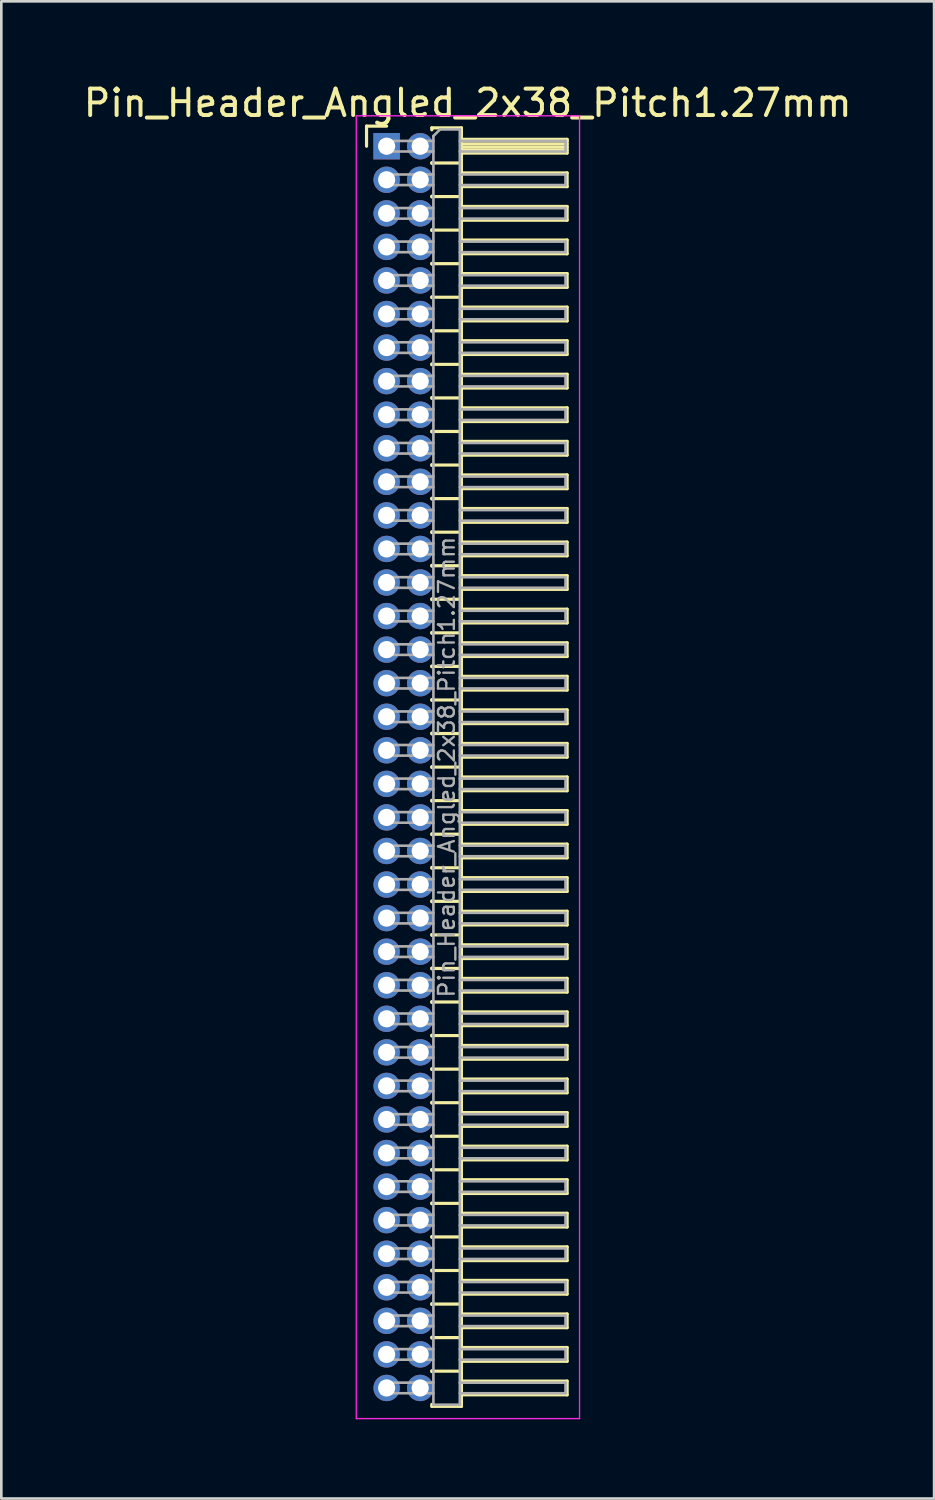
<source format=kicad_pcb>
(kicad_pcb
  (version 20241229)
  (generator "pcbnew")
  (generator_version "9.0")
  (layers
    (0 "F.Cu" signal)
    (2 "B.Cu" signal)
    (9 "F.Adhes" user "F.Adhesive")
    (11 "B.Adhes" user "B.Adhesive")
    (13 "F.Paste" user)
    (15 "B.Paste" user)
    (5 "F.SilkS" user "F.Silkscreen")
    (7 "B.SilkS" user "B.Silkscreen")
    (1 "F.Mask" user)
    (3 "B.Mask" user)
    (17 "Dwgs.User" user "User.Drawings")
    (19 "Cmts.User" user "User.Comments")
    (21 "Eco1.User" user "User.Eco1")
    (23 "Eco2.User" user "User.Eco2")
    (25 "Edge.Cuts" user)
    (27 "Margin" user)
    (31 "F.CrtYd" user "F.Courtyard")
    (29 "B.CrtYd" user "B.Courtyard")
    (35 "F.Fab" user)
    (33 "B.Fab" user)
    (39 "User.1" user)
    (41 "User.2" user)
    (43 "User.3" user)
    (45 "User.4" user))
  (footprint "Pin_Header_Angled_2x38_Pitch1.27mm"
    (layer "F.Cu")
    (at 11.581 2.483)
    (property "Reference" "Pin_Header_Angled_2x38_Pitch1.27mm" (at 3.067 -1.635 0) (layer "F.SilkS") (effects (font (size 1 1) (thickness 0.15))))
    (attr through_hole)
    (fp_line (start -0.76 -0.76) (end 0 -0.76) (stroke (width 0.12) (type solid)) (layer "F.SilkS"))
    (fp_line (start -0.76 0) (end -0.76 -0.76) (stroke (width 0.12) (type solid)) (layer "F.SilkS"))
    (fp_line (start 1.71 -0.695) (end 2.83 -0.695) (stroke (width 0.12) (type solid)) (layer "F.SilkS"))
    (fp_line (start 1.71 -0.62) (end 1.71 -0.695) (stroke (width 0.12) (type solid)) (layer "F.SilkS"))
    (fp_line (start 1.71 0.62) (end 1.71 0.65) (stroke (width 0.12) (type solid)) (layer "F.SilkS"))
    (fp_line (start 1.71 0.635) (end 2.83 0.635) (stroke (width 0.12) (type solid)) (layer "F.SilkS"))
    (fp_line (start 1.71 1.89) (end 1.71 1.92) (stroke (width 0.12) (type solid)) (layer "F.SilkS"))
    (fp_line (start 1.71 1.905) (end 2.83 1.905) (stroke (width 0.12) (type solid)) (layer "F.SilkS"))
    (fp_line (start 1.71 3.16) (end 1.71 3.19) (stroke (width 0.12) (type solid)) (layer "F.SilkS"))
    (fp_line (start 1.71 3.175) (end 2.83 3.175) (stroke (width 0.12) (type solid)) (layer "F.SilkS"))
    (fp_line (start 1.71 4.43) (end 1.71 4.46) (stroke (width 0.12) (type solid)) (layer "F.SilkS"))
    (fp_line (start 1.71 4.445) (end 2.83 4.445) (stroke (width 0.12) (type solid)) (layer "F.SilkS"))
    (fp_line (start 1.71 5.7) (end 1.71 5.73) (stroke (width 0.12) (type solid)) (layer "F.SilkS"))
    (fp_line (start 1.71 5.715) (end 2.83 5.715) (stroke (width 0.12) (type solid)) (layer "F.SilkS"))
    (fp_line (start 1.71 6.97) (end 1.71 7) (stroke (width 0.12) (type solid)) (layer "F.SilkS"))
    (fp_line (start 1.71 6.985) (end 2.83 6.985) (stroke (width 0.12) (type solid)) (layer "F.SilkS"))
    (fp_line (start 1.71 8.24) (end 1.71 8.27) (stroke (width 0.12) (type solid)) (layer "F.SilkS"))
    (fp_line (start 1.71 8.255) (end 2.83 8.255) (stroke (width 0.12) (type solid)) (layer "F.SilkS"))
    (fp_line (start 1.71 9.51) (end 1.71 9.54) (stroke (width 0.12) (type solid)) (layer "F.SilkS"))
    (fp_line (start 1.71 9.525) (end 2.83 9.525) (stroke (width 0.12) (type solid)) (layer "F.SilkS"))
    (fp_line (start 1.71 10.78) (end 1.71 10.81) (stroke (width 0.12) (type solid)) (layer "F.SilkS"))
    (fp_line (start 1.71 10.795) (end 2.83 10.795) (stroke (width 0.12) (type solid)) (layer "F.SilkS"))
    (fp_line (start 1.71 12.05) (end 1.71 12.08) (stroke (width 0.12) (type solid)) (layer "F.SilkS"))
    (fp_line (start 1.71 12.065) (end 2.83 12.065) (stroke (width 0.12) (type solid)) (layer "F.SilkS"))
    (fp_line (start 1.71 13.32) (end 1.71 13.35) (stroke (width 0.12) (type solid)) (layer "F.SilkS"))
    (fp_line (start 1.71 13.335) (end 2.83 13.335) (stroke (width 0.12) (type solid)) (layer "F.SilkS"))
    (fp_line (start 1.71 14.59) (end 1.71 14.62) (stroke (width 0.12) (type solid)) (layer "F.SilkS"))
    (fp_line (start 1.71 14.605) (end 2.83 14.605) (stroke (width 0.12) (type solid)) (layer "F.SilkS"))
    (fp_line (start 1.71 15.86) (end 1.71 15.89) (stroke (width 0.12) (type solid)) (layer "F.SilkS"))
    (fp_line (start 1.71 15.875) (end 2.83 15.875) (stroke (width 0.12) (type solid)) (layer "F.SilkS"))
    (fp_line (start 1.71 17.13) (end 1.71 17.16) (stroke (width 0.12) (type solid)) (layer "F.SilkS"))
    (fp_line (start 1.71 17.145) (end 2.83 17.145) (stroke (width 0.12) (type solid)) (layer "F.SilkS"))
    (fp_line (start 1.71 18.4) (end 1.71 18.43) (stroke (width 0.12) (type solid)) (layer "F.SilkS"))
    (fp_line (start 1.71 18.415) (end 2.83 18.415) (stroke (width 0.12) (type solid)) (layer "F.SilkS"))
    (fp_line (start 1.71 19.67) (end 1.71 19.7) (stroke (width 0.12) (type solid)) (layer "F.SilkS"))
    (fp_line (start 1.71 19.685) (end 2.83 19.685) (stroke (width 0.12) (type solid)) (layer "F.SilkS"))
    (fp_line (start 1.71 20.94) (end 1.71 20.97) (stroke (width 0.12) (type solid)) (layer "F.SilkS"))
    (fp_line (start 1.71 20.955) (end 2.83 20.955) (stroke (width 0.12) (type solid)) (layer "F.SilkS"))
    (fp_line (start 1.71 22.21) (end 1.71 22.24) (stroke (width 0.12) (type solid)) (layer "F.SilkS"))
    (fp_line (start 1.71 22.225) (end 2.83 22.225) (stroke (width 0.12) (type solid)) (layer "F.SilkS"))
    (fp_line (start 1.71 23.48) (end 1.71 23.51) (stroke (width 0.12) (type solid)) (layer "F.SilkS"))
    (fp_line (start 1.71 23.495) (end 2.83 23.495) (stroke (width 0.12) (type solid)) (layer "F.SilkS"))
    (fp_line (start 1.71 24.75) (end 1.71 24.78) (stroke (width 0.12) (type solid)) (layer "F.SilkS"))
    (fp_line (start 1.71 24.765) (end 2.83 24.765) (stroke (width 0.12) (type solid)) (layer "F.SilkS"))
    (fp_line (start 1.71 26.02) (end 1.71 26.05) (stroke (width 0.12) (type solid)) (layer "F.SilkS"))
    (fp_line (start 1.71 26.035) (end 2.83 26.035) (stroke (width 0.12) (type solid)) (layer "F.SilkS"))
    (fp_line (start 1.71 27.29) (end 1.71 27.32) (stroke (width 0.12) (type solid)) (layer "F.SilkS"))
    (fp_line (start 1.71 27.305) (end 2.83 27.305) (stroke (width 0.12) (type solid)) (layer "F.SilkS"))
    (fp_line (start 1.71 28.56) (end 1.71 28.59) (stroke (width 0.12) (type solid)) (layer "F.SilkS"))
    (fp_line (start 1.71 28.575) (end 2.83 28.575) (stroke (width 0.12) (type solid)) (layer "F.SilkS"))
    (fp_line (start 1.71 29.83) (end 1.71 29.86) (stroke (width 0.12) (type solid)) (layer "F.SilkS"))
    (fp_line (start 1.71 29.845) (end 2.83 29.845) (stroke (width 0.12) (type solid)) (layer "F.SilkS"))
    (fp_line (start 1.71 31.1) (end 1.71 31.13) (stroke (width 0.12) (type solid)) (layer "F.SilkS"))
    (fp_line (start 1.71 31.115) (end 2.83 31.115) (stroke (width 0.12) (type solid)) (layer "F.SilkS"))
    (fp_line (start 1.71 32.37) (end 1.71 32.4) (stroke (width 0.12) (type solid)) (layer "F.SilkS"))
    (fp_line (start 1.71 32.385) (end 2.83 32.385) (stroke (width 0.12) (type solid)) (layer "F.SilkS"))
    (fp_line (start 1.71 33.64) (end 1.71 33.67) (stroke (width 0.12) (type solid)) (layer "F.SilkS"))
    (fp_line (start 1.71 33.655) (end 2.83 33.655) (stroke (width 0.12) (type solid)) (layer "F.SilkS"))
    (fp_line (start 1.71 34.91) (end 1.71 34.94) (stroke (width 0.12) (type solid)) (layer "F.SilkS"))
    (fp_line (start 1.71 34.925) (end 2.83 34.925) (stroke (width 0.12) (type solid)) (layer "F.SilkS"))
    (fp_line (start 1.71 36.18) (end 1.71 36.21) (stroke (width 0.12) (type solid)) (layer "F.SilkS"))
    (fp_line (start 1.71 36.195) (end 2.83 36.195) (stroke (width 0.12) (type solid)) (layer "F.SilkS"))
    (fp_line (start 1.71 37.45) (end 1.71 37.48) (stroke (width 0.12) (type solid)) (layer "F.SilkS"))
    (fp_line (start 1.71 37.465) (end 2.83 37.465) (stroke (width 0.12) (type solid)) (layer "F.SilkS"))
    (fp_line (start 1.71 38.72) (end 1.71 38.75) (stroke (width 0.12) (type solid)) (layer "F.SilkS"))
    (fp_line (start 1.71 38.735) (end 2.83 38.735) (stroke (width 0.12) (type solid)) (layer "F.SilkS"))
    (fp_line (start 1.71 39.99) (end 1.71 40.02) (stroke (width 0.12) (type solid)) (layer "F.SilkS"))
    (fp_line (start 1.71 40.005) (end 2.83 40.005) (stroke (width 0.12) (type solid)) (layer "F.SilkS"))
    (fp_line (start 1.71 41.26) (end 1.71 41.29) (stroke (width 0.12) (type solid)) (layer "F.SilkS"))
    (fp_line (start 1.71 41.275) (end 2.83 41.275) (stroke (width 0.12) (type solid)) (layer "F.SilkS"))
    (fp_line (start 1.71 42.53) (end 1.71 42.56) (stroke (width 0.12) (type solid)) (layer "F.SilkS"))
    (fp_line (start 1.71 42.545) (end 2.83 42.545) (stroke (width 0.12) (type solid)) (layer "F.SilkS"))
    (fp_line (start 1.71 43.8) (end 1.71 43.83) (stroke (width 0.12) (type solid)) (layer "F.SilkS"))
    (fp_line (start 1.71 43.815) (end 2.83 43.815) (stroke (width 0.12) (type solid)) (layer "F.SilkS"))
    (fp_line (start 1.71 45.07) (end 1.71 45.1) (stroke (width 0.12) (type solid)) (layer "F.SilkS"))
    (fp_line (start 1.71 45.085) (end 2.83 45.085) (stroke (width 0.12) (type solid)) (layer "F.SilkS"))
    (fp_line (start 1.71 46.34) (end 1.71 46.37) (stroke (width 0.12) (type solid)) (layer "F.SilkS"))
    (fp_line (start 1.71 46.355) (end 2.83 46.355) (stroke (width 0.12) (type solid)) (layer "F.SilkS"))
    (fp_line (start 1.71 47.685) (end 1.71 47.61) (stroke (width 0.12) (type solid)) (layer "F.SilkS"))
    (fp_line (start 2.83 -0.695) (end 2.83 47.685) (stroke (width 0.12) (type solid)) (layer "F.SilkS"))
    (fp_line (start 2.83 -0.26) (end 6.83 -0.26) (stroke (width 0.12) (type solid)) (layer "F.SilkS"))
    (fp_line (start 2.83 -0.2) (end 6.83 -0.2) (stroke (width 0.12) (type solid)) (layer "F.SilkS"))
    (fp_line (start 2.83 -0.08) (end 6.83 -0.08) (stroke (width 0.12) (type solid)) (layer "F.SilkS"))
    (fp_line (start 2.83 0.04) (end 6.83 0.04) (stroke (width 0.12) (type solid)) (layer "F.SilkS"))
    (fp_line (start 2.83 0.16) (end 6.83 0.16) (stroke (width 0.12) (type solid)) (layer "F.SilkS"))
    (fp_line (start 2.83 1.01) (end 6.83 1.01) (stroke (width 0.12) (type solid)) (layer "F.SilkS"))
    (fp_line (start 2.83 2.28) (end 6.83 2.28) (stroke (width 0.12) (type solid)) (layer "F.SilkS"))
    (fp_line (start 2.83 3.55) (end 6.83 3.55) (stroke (width 0.12) (type solid)) (layer "F.SilkS"))
    (fp_line (start 2.83 4.82) (end 6.83 4.82) (stroke (width 0.12) (type solid)) (layer "F.SilkS"))
    (fp_line (start 2.83 6.09) (end 6.83 6.09) (stroke (width 0.12) (type solid)) (layer "F.SilkS"))
    (fp_line (start 2.83 7.36) (end 6.83 7.36) (stroke (width 0.12) (type solid)) (layer "F.SilkS"))
    (fp_line (start 2.83 8.63) (end 6.83 8.63) (stroke (width 0.12) (type solid)) (layer "F.SilkS"))
    (fp_line (start 2.83 9.9) (end 6.83 9.9) (stroke (width 0.12) (type solid)) (layer "F.SilkS"))
    (fp_line (start 2.83 11.17) (end 6.83 11.17) (stroke (width 0.12) (type solid)) (layer "F.SilkS"))
    (fp_line (start 2.83 12.44) (end 6.83 12.44) (stroke (width 0.12) (type solid)) (layer "F.SilkS"))
    (fp_line (start 2.83 13.71) (end 6.83 13.71) (stroke (width 0.12) (type solid)) (layer "F.SilkS"))
    (fp_line (start 2.83 14.98) (end 6.83 14.98) (stroke (width 0.12) (type solid)) (layer "F.SilkS"))
    (fp_line (start 2.83 16.25) (end 6.83 16.25) (stroke (width 0.12) (type solid)) (layer "F.SilkS"))
    (fp_line (start 2.83 17.52) (end 6.83 17.52) (stroke (width 0.12) (type solid)) (layer "F.SilkS"))
    (fp_line (start 2.83 18.79) (end 6.83 18.79) (stroke (width 0.12) (type solid)) (layer "F.SilkS"))
    (fp_line (start 2.83 20.06) (end 6.83 20.06) (stroke (width 0.12) (type solid)) (layer "F.SilkS"))
    (fp_line (start 2.83 21.33) (end 6.83 21.33) (stroke (width 0.12) (type solid)) (layer "F.SilkS"))
    (fp_line (start 2.83 22.6) (end 6.83 22.6) (stroke (width 0.12) (type solid)) (layer "F.SilkS"))
    (fp_line (start 2.83 23.87) (end 6.83 23.87) (stroke (width 0.12) (type solid)) (layer "F.SilkS"))
    (fp_line (start 2.83 25.14) (end 6.83 25.14) (stroke (width 0.12) (type solid)) (layer "F.SilkS"))
    (fp_line (start 2.83 26.41) (end 6.83 26.41) (stroke (width 0.12) (type solid)) (layer "F.SilkS"))
    (fp_line (start 2.83 27.68) (end 6.83 27.68) (stroke (width 0.12) (type solid)) (layer "F.SilkS"))
    (fp_line (start 2.83 28.95) (end 6.83 28.95) (stroke (width 0.12) (type solid)) (layer "F.SilkS"))
    (fp_line (start 2.83 30.22) (end 6.83 30.22) (stroke (width 0.12) (type solid)) (layer "F.SilkS"))
    (fp_line (start 2.83 31.49) (end 6.83 31.49) (stroke (width 0.12) (type solid)) (layer "F.SilkS"))
    (fp_line (start 2.83 32.76) (end 6.83 32.76) (stroke (width 0.12) (type solid)) (layer "F.SilkS"))
    (fp_line (start 2.83 34.03) (end 6.83 34.03) (stroke (width 0.12) (type solid)) (layer "F.SilkS"))
    (fp_line (start 2.83 35.3) (end 6.83 35.3) (stroke (width 0.12) (type solid)) (layer "F.SilkS"))
    (fp_line (start 2.83 36.57) (end 6.83 36.57) (stroke (width 0.12) (type solid)) (layer "F.SilkS"))
    (fp_line (start 2.83 37.84) (end 6.83 37.84) (stroke (width 0.12) (type solid)) (layer "F.SilkS"))
    (fp_line (start 2.83 39.11) (end 6.83 39.11) (stroke (width 0.12) (type solid)) (layer "F.SilkS"))
    (fp_line (start 2.83 40.38) (end 6.83 40.38) (stroke (width 0.12) (type solid)) (layer "F.SilkS"))
    (fp_line (start 2.83 41.65) (end 6.83 41.65) (stroke (width 0.12) (type solid)) (layer "F.SilkS"))
    (fp_line (start 2.83 42.92) (end 6.83 42.92) (stroke (width 0.12) (type solid)) (layer "F.SilkS"))
    (fp_line (start 2.83 44.19) (end 6.83 44.19) (stroke (width 0.12) (type solid)) (layer "F.SilkS"))
    (fp_line (start 2.83 45.46) (end 6.83 45.46) (stroke (width 0.12) (type solid)) (layer "F.SilkS"))
    (fp_line (start 2.83 46.73) (end 6.83 46.73) (stroke (width 0.12) (type solid)) (layer "F.SilkS"))
    (fp_line (start 2.83 47.685) (end 1.71 47.685) (stroke (width 0.12) (type solid)) (layer "F.SilkS"))
    (fp_line (start 6.83 -0.26) (end 6.83 0.26) (stroke (width 0.12) (type solid)) (layer "F.SilkS"))
    (fp_line (start 6.83 0.26) (end 2.83 0.26) (stroke (width 0.12) (type solid)) (layer "F.SilkS"))
    (fp_line (start 6.83 1.01) (end 6.83 1.53) (stroke (width 0.12) (type solid)) (layer "F.SilkS"))
    (fp_line (start 6.83 1.53) (end 2.83 1.53) (stroke (width 0.12) (type solid)) (layer "F.SilkS"))
    (fp_line (start 6.83 2.28) (end 6.83 2.8) (stroke (width 0.12) (type solid)) (layer "F.SilkS"))
    (fp_line (start 6.83 2.8) (end 2.83 2.8) (stroke (width 0.12) (type solid)) (layer "F.SilkS"))
    (fp_line (start 6.83 3.55) (end 6.83 4.07) (stroke (width 0.12) (type solid)) (layer "F.SilkS"))
    (fp_line (start 6.83 4.07) (end 2.83 4.07) (stroke (width 0.12) (type solid)) (layer "F.SilkS"))
    (fp_line (start 6.83 4.82) (end 6.83 5.34) (stroke (width 0.12) (type solid)) (layer "F.SilkS"))
    (fp_line (start 6.83 5.34) (end 2.83 5.34) (stroke (width 0.12) (type solid)) (layer "F.SilkS"))
    (fp_line (start 6.83 6.09) (end 6.83 6.61) (stroke (width 0.12) (type solid)) (layer "F.SilkS"))
    (fp_line (start 6.83 6.61) (end 2.83 6.61) (stroke (width 0.12) (type solid)) (layer "F.SilkS"))
    (fp_line (start 6.83 7.36) (end 6.83 7.88) (stroke (width 0.12) (type solid)) (layer "F.SilkS"))
    (fp_line (start 6.83 7.88) (end 2.83 7.88) (stroke (width 0.12) (type solid)) (layer "F.SilkS"))
    (fp_line (start 6.83 8.63) (end 6.83 9.15) (stroke (width 0.12) (type solid)) (layer "F.SilkS"))
    (fp_line (start 6.83 9.15) (end 2.83 9.15) (stroke (width 0.12) (type solid)) (layer "F.SilkS"))
    (fp_line (start 6.83 9.9) (end 6.83 10.42) (stroke (width 0.12) (type solid)) (layer "F.SilkS"))
    (fp_line (start 6.83 10.42) (end 2.83 10.42) (stroke (width 0.12) (type solid)) (layer "F.SilkS"))
    (fp_line (start 6.83 11.17) (end 6.83 11.69) (stroke (width 0.12) (type solid)) (layer "F.SilkS"))
    (fp_line (start 6.83 11.69) (end 2.83 11.69) (stroke (width 0.12) (type solid)) (layer "F.SilkS"))
    (fp_line (start 6.83 12.44) (end 6.83 12.96) (stroke (width 0.12) (type solid)) (layer "F.SilkS"))
    (fp_line (start 6.83 12.96) (end 2.83 12.96) (stroke (width 0.12) (type solid)) (layer "F.SilkS"))
    (fp_line (start 6.83 13.71) (end 6.83 14.23) (stroke (width 0.12) (type solid)) (layer "F.SilkS"))
    (fp_line (start 6.83 14.23) (end 2.83 14.23) (stroke (width 0.12) (type solid)) (layer "F.SilkS"))
    (fp_line (start 6.83 14.98) (end 6.83 15.5) (stroke (width 0.12) (type solid)) (layer "F.SilkS"))
    (fp_line (start 6.83 15.5) (end 2.83 15.5) (stroke (width 0.12) (type solid)) (layer "F.SilkS"))
    (fp_line (start 6.83 16.25) (end 6.83 16.77) (stroke (width 0.12) (type solid)) (layer "F.SilkS"))
    (fp_line (start 6.83 16.77) (end 2.83 16.77) (stroke (width 0.12) (type solid)) (layer "F.SilkS"))
    (fp_line (start 6.83 17.52) (end 6.83 18.04) (stroke (width 0.12) (type solid)) (layer "F.SilkS"))
    (fp_line (start 6.83 18.04) (end 2.83 18.04) (stroke (width 0.12) (type solid)) (layer "F.SilkS"))
    (fp_line (start 6.83 18.79) (end 6.83 19.31) (stroke (width 0.12) (type solid)) (layer "F.SilkS"))
    (fp_line (start 6.83 19.31) (end 2.83 19.31) (stroke (width 0.12) (type solid)) (layer "F.SilkS"))
    (fp_line (start 6.83 20.06) (end 6.83 20.58) (stroke (width 0.12) (type solid)) (layer "F.SilkS"))
    (fp_line (start 6.83 20.58) (end 2.83 20.58) (stroke (width 0.12) (type solid)) (layer "F.SilkS"))
    (fp_line (start 6.83 21.33) (end 6.83 21.85) (stroke (width 0.12) (type solid)) (layer "F.SilkS"))
    (fp_line (start 6.83 21.85) (end 2.83 21.85) (stroke (width 0.12) (type solid)) (layer "F.SilkS"))
    (fp_line (start 6.83 22.6) (end 6.83 23.12) (stroke (width 0.12) (type solid)) (layer "F.SilkS"))
    (fp_line (start 6.83 23.12) (end 2.83 23.12) (stroke (width 0.12) (type solid)) (layer "F.SilkS"))
    (fp_line (start 6.83 23.87) (end 6.83 24.39) (stroke (width 0.12) (type solid)) (layer "F.SilkS"))
    (fp_line (start 6.83 24.39) (end 2.83 24.39) (stroke (width 0.12) (type solid)) (layer "F.SilkS"))
    (fp_line (start 6.83 25.14) (end 6.83 25.66) (stroke (width 0.12) (type solid)) (layer "F.SilkS"))
    (fp_line (start 6.83 25.66) (end 2.83 25.66) (stroke (width 0.12) (type solid)) (layer "F.SilkS"))
    (fp_line (start 6.83 26.41) (end 6.83 26.93) (stroke (width 0.12) (type solid)) (layer "F.SilkS"))
    (fp_line (start 6.83 26.93) (end 2.83 26.93) (stroke (width 0.12) (type solid)) (layer "F.SilkS"))
    (fp_line (start 6.83 27.68) (end 6.83 28.2) (stroke (width 0.12) (type solid)) (layer "F.SilkS"))
    (fp_line (start 6.83 28.2) (end 2.83 28.2) (stroke (width 0.12) (type solid)) (layer "F.SilkS"))
    (fp_line (start 6.83 28.95) (end 6.83 29.47) (stroke (width 0.12) (type solid)) (layer "F.SilkS"))
    (fp_line (start 6.83 29.47) (end 2.83 29.47) (stroke (width 0.12) (type solid)) (layer "F.SilkS"))
    (fp_line (start 6.83 30.22) (end 6.83 30.74) (stroke (width 0.12) (type solid)) (layer "F.SilkS"))
    (fp_line (start 6.83 30.74) (end 2.83 30.74) (stroke (width 0.12) (type solid)) (layer "F.SilkS"))
    (fp_line (start 6.83 31.49) (end 6.83 32.01) (stroke (width 0.12) (type solid)) (layer "F.SilkS"))
    (fp_line (start 6.83 32.01) (end 2.83 32.01) (stroke (width 0.12) (type solid)) (layer "F.SilkS"))
    (fp_line (start 6.83 32.76) (end 6.83 33.28) (stroke (width 0.12) (type solid)) (layer "F.SilkS"))
    (fp_line (start 6.83 33.28) (end 2.83 33.28) (stroke (width 0.12) (type solid)) (layer "F.SilkS"))
    (fp_line (start 6.83 34.03) (end 6.83 34.55) (stroke (width 0.12) (type solid)) (layer "F.SilkS"))
    (fp_line (start 6.83 34.55) (end 2.83 34.55) (stroke (width 0.12) (type solid)) (layer "F.SilkS"))
    (fp_line (start 6.83 35.3) (end 6.83 35.82) (stroke (width 0.12) (type solid)) (layer "F.SilkS"))
    (fp_line (start 6.83 35.82) (end 2.83 35.82) (stroke (width 0.12) (type solid)) (layer "F.SilkS"))
    (fp_line (start 6.83 36.57) (end 6.83 37.09) (stroke (width 0.12) (type solid)) (layer "F.SilkS"))
    (fp_line (start 6.83 37.09) (end 2.83 37.09) (stroke (width 0.12) (type solid)) (layer "F.SilkS"))
    (fp_line (start 6.83 37.84) (end 6.83 38.36) (stroke (width 0.12) (type solid)) (layer "F.SilkS"))
    (fp_line (start 6.83 38.36) (end 2.83 38.36) (stroke (width 0.12) (type solid)) (layer "F.SilkS"))
    (fp_line (start 6.83 39.11) (end 6.83 39.63) (stroke (width 0.12) (type solid)) (layer "F.SilkS"))
    (fp_line (start 6.83 39.63) (end 2.83 39.63) (stroke (width 0.12) (type solid)) (layer "F.SilkS"))
    (fp_line (start 6.83 40.38) (end 6.83 40.9) (stroke (width 0.12) (type solid)) (layer "F.SilkS"))
    (fp_line (start 6.83 40.9) (end 2.83 40.9) (stroke (width 0.12) (type solid)) (layer "F.SilkS"))
    (fp_line (start 6.83 41.65) (end 6.83 42.17) (stroke (width 0.12) (type solid)) (layer "F.SilkS"))
    (fp_line (start 6.83 42.17) (end 2.83 42.17) (stroke (width 0.12) (type solid)) (layer "F.SilkS"))
    (fp_line (start 6.83 42.92) (end 6.83 43.44) (stroke (width 0.12) (type solid)) (layer "F.SilkS"))
    (fp_line (start 6.83 43.44) (end 2.83 43.44) (stroke (width 0.12) (type solid)) (layer "F.SilkS"))
    (fp_line (start 6.83 44.19) (end 6.83 44.71) (stroke (width 0.12) (type solid)) (layer "F.SilkS"))
    (fp_line (start 6.83 44.71) (end 2.83 44.71) (stroke (width 0.12) (type solid)) (layer "F.SilkS"))
    (fp_line (start 6.83 45.46) (end 6.83 45.98) (stroke (width 0.12) (type solid)) (layer "F.SilkS"))
    (fp_line (start 6.83 45.98) (end 2.83 45.98) (stroke (width 0.12) (type solid)) (layer "F.SilkS"))
    (fp_line (start 6.83 46.73) (end 6.83 47.25) (stroke (width 0.12) (type solid)) (layer "F.SilkS"))
    (fp_line (start 6.83 47.25) (end 2.83 47.25) (stroke (width 0.12) (type solid)) (layer "F.SilkS"))
    (fp_line (start -1.15 -1.15) (end -1.15 48.15) (stroke (width 0.05) (type solid)) (layer "F.CrtYd"))
    (fp_line (start -1.15 48.15) (end 7.3 48.15) (stroke (width 0.05) (type solid)) (layer "F.CrtYd"))
    (fp_line (start 7.3 -1.15) (end -1.15 -1.15) (stroke (width 0.05) (type solid)) (layer "F.CrtYd"))
    (fp_line (start 7.3 48.15) (end 7.3 -1.15) (stroke (width 0.05) (type solid)) (layer "F.CrtYd"))
    (fp_line (start -0.2 -0.2) (end -0.2 0.2) (stroke (width 0.1) (type solid)) (layer "F.Fab"))
    (fp_line (start -0.2 -0.2) (end 1.77 -0.2) (stroke (width 0.1) (type solid)) (layer "F.Fab"))
    (fp_line (start -0.2 0.2) (end 1.77 0.2) (stroke (width 0.1) (type solid)) (layer "F.Fab"))
    (fp_line (start -0.2 1.07) (end -0.2 1.47) (stroke (width 0.1) (type solid)) (layer "F.Fab"))
    (fp_line (start -0.2 1.07) (end 1.77 1.07) (stroke (width 0.1) (type solid)) (layer "F.Fab"))
    (fp_line (start -0.2 1.47) (end 1.77 1.47) (stroke (width 0.1) (type solid)) (layer "F.Fab"))
    (fp_line (start -0.2 2.34) (end -0.2 2.74) (stroke (width 0.1) (type solid)) (layer "F.Fab"))
    (fp_line (start -0.2 2.34) (end 1.77 2.34) (stroke (width 0.1) (type solid)) (layer "F.Fab"))
    (fp_line (start -0.2 2.74) (end 1.77 2.74) (stroke (width 0.1) (type solid)) (layer "F.Fab"))
    (fp_line (start -0.2 3.61) (end -0.2 4.01) (stroke (width 0.1) (type solid)) (layer "F.Fab"))
    (fp_line (start -0.2 3.61) (end 1.77 3.61) (stroke (width 0.1) (type solid)) (layer "F.Fab"))
    (fp_line (start -0.2 4.01) (end 1.77 4.01) (stroke (width 0.1) (type solid)) (layer "F.Fab"))
    (fp_line (start -0.2 4.88) (end -0.2 5.28) (stroke (width 0.1) (type solid)) (layer "F.Fab"))
    (fp_line (start -0.2 4.88) (end 1.77 4.88) (stroke (width 0.1) (type solid)) (layer "F.Fab"))
    (fp_line (start -0.2 5.28) (end 1.77 5.28) (stroke (width 0.1) (type solid)) (layer "F.Fab"))
    (fp_line (start -0.2 6.15) (end -0.2 6.55) (stroke (width 0.1) (type solid)) (layer "F.Fab"))
    (fp_line (start -0.2 6.15) (end 1.77 6.15) (stroke (width 0.1) (type solid)) (layer "F.Fab"))
    (fp_line (start -0.2 6.55) (end 1.77 6.55) (stroke (width 0.1) (type solid)) (layer "F.Fab"))
    (fp_line (start -0.2 7.42) (end -0.2 7.82) (stroke (width 0.1) (type solid)) (layer "F.Fab"))
    (fp_line (start -0.2 7.42) (end 1.77 7.42) (stroke (width 0.1) (type solid)) (layer "F.Fab"))
    (fp_line (start -0.2 7.82) (end 1.77 7.82) (stroke (width 0.1) (type solid)) (layer "F.Fab"))
    (fp_line (start -0.2 8.69) (end -0.2 9.09) (stroke (width 0.1) (type solid)) (layer "F.Fab"))
    (fp_line (start -0.2 8.69) (end 1.77 8.69) (stroke (width 0.1) (type solid)) (layer "F.Fab"))
    (fp_line (start -0.2 9.09) (end 1.77 9.09) (stroke (width 0.1) (type solid)) (layer "F.Fab"))
    (fp_line (start -0.2 9.96) (end -0.2 10.36) (stroke (width 0.1) (type solid)) (layer "F.Fab"))
    (fp_line (start -0.2 9.96) (end 1.77 9.96) (stroke (width 0.1) (type solid)) (layer "F.Fab"))
    (fp_line (start -0.2 10.36) (end 1.77 10.36) (stroke (width 0.1) (type solid)) (layer "F.Fab"))
    (fp_line (start -0.2 11.23) (end -0.2 11.63) (stroke (width 0.1) (type solid)) (layer "F.Fab"))
    (fp_line (start -0.2 11.23) (end 1.77 11.23) (stroke (width 0.1) (type solid)) (layer "F.Fab"))
    (fp_line (start -0.2 11.63) (end 1.77 11.63) (stroke (width 0.1) (type solid)) (layer "F.Fab"))
    (fp_line (start -0.2 12.5) (end -0.2 12.9) (stroke (width 0.1) (type solid)) (layer "F.Fab"))
    (fp_line (start -0.2 12.5) (end 1.77 12.5) (stroke (width 0.1) (type solid)) (layer "F.Fab"))
    (fp_line (start -0.2 12.9) (end 1.77 12.9) (stroke (width 0.1) (type solid)) (layer "F.Fab"))
    (fp_line (start -0.2 13.77) (end -0.2 14.17) (stroke (width 0.1) (type solid)) (layer "F.Fab"))
    (fp_line (start -0.2 13.77) (end 1.77 13.77) (stroke (width 0.1) (type solid)) (layer "F.Fab"))
    (fp_line (start -0.2 14.17) (end 1.77 14.17) (stroke (width 0.1) (type solid)) (layer "F.Fab"))
    (fp_line (start -0.2 15.04) (end -0.2 15.44) (stroke (width 0.1) (type solid)) (layer "F.Fab"))
    (fp_line (start -0.2 15.04) (end 1.77 15.04) (stroke (width 0.1) (type solid)) (layer "F.Fab"))
    (fp_line (start -0.2 15.44) (end 1.77 15.44) (stroke (width 0.1) (type solid)) (layer "F.Fab"))
    (fp_line (start -0.2 16.31) (end -0.2 16.71) (stroke (width 0.1) (type solid)) (layer "F.Fab"))
    (fp_line (start -0.2 16.31) (end 1.77 16.31) (stroke (width 0.1) (type solid)) (layer "F.Fab"))
    (fp_line (start -0.2 16.71) (end 1.77 16.71) (stroke (width 0.1) (type solid)) (layer "F.Fab"))
    (fp_line (start -0.2 17.58) (end -0.2 17.98) (stroke (width 0.1) (type solid)) (layer "F.Fab"))
    (fp_line (start -0.2 17.58) (end 1.77 17.58) (stroke (width 0.1) (type solid)) (layer "F.Fab"))
    (fp_line (start -0.2 17.98) (end 1.77 17.98) (stroke (width 0.1) (type solid)) (layer "F.Fab"))
    (fp_line (start -0.2 18.85) (end -0.2 19.25) (stroke (width 0.1) (type solid)) (layer "F.Fab"))
    (fp_line (start -0.2 18.85) (end 1.77 18.85) (stroke (width 0.1) (type solid)) (layer "F.Fab"))
    (fp_line (start -0.2 19.25) (end 1.77 19.25) (stroke (width 0.1) (type solid)) (layer "F.Fab"))
    (fp_line (start -0.2 20.12) (end -0.2 20.52) (stroke (width 0.1) (type solid)) (layer "F.Fab"))
    (fp_line (start -0.2 20.12) (end 1.77 20.12) (stroke (width 0.1) (type solid)) (layer "F.Fab"))
    (fp_line (start -0.2 20.52) (end 1.77 20.52) (stroke (width 0.1) (type solid)) (layer "F.Fab"))
    (fp_line (start -0.2 21.39) (end -0.2 21.79) (stroke (width 0.1) (type solid)) (layer "F.Fab"))
    (fp_line (start -0.2 21.39) (end 1.77 21.39) (stroke (width 0.1) (type solid)) (layer "F.Fab"))
    (fp_line (start -0.2 21.79) (end 1.77 21.79) (stroke (width 0.1) (type solid)) (layer "F.Fab"))
    (fp_line (start -0.2 22.66) (end -0.2 23.06) (stroke (width 0.1) (type solid)) (layer "F.Fab"))
    (fp_line (start -0.2 22.66) (end 1.77 22.66) (stroke (width 0.1) (type solid)) (layer "F.Fab"))
    (fp_line (start -0.2 23.06) (end 1.77 23.06) (stroke (width 0.1) (type solid)) (layer "F.Fab"))
    (fp_line (start -0.2 23.93) (end -0.2 24.33) (stroke (width 0.1) (type solid)) (layer "F.Fab"))
    (fp_line (start -0.2 23.93) (end 1.77 23.93) (stroke (width 0.1) (type solid)) (layer "F.Fab"))
    (fp_line (start -0.2 24.33) (end 1.77 24.33) (stroke (width 0.1) (type solid)) (layer "F.Fab"))
    (fp_line (start -0.2 25.2) (end -0.2 25.6) (stroke (width 0.1) (type solid)) (layer "F.Fab"))
    (fp_line (start -0.2 25.2) (end 1.77 25.2) (stroke (width 0.1) (type solid)) (layer "F.Fab"))
    (fp_line (start -0.2 25.6) (end 1.77 25.6) (stroke (width 0.1) (type solid)) (layer "F.Fab"))
    (fp_line (start -0.2 26.47) (end -0.2 26.87) (stroke (width 0.1) (type solid)) (layer "F.Fab"))
    (fp_line (start -0.2 26.47) (end 1.77 26.47) (stroke (width 0.1) (type solid)) (layer "F.Fab"))
    (fp_line (start -0.2 26.87) (end 1.77 26.87) (stroke (width 0.1) (type solid)) (layer "F.Fab"))
    (fp_line (start -0.2 27.74) (end -0.2 28.14) (stroke (width 0.1) (type solid)) (layer "F.Fab"))
    (fp_line (start -0.2 27.74) (end 1.77 27.74) (stroke (width 0.1) (type solid)) (layer "F.Fab"))
    (fp_line (start -0.2 28.14) (end 1.77 28.14) (stroke (width 0.1) (type solid)) (layer "F.Fab"))
    (fp_line (start -0.2 29.01) (end -0.2 29.41) (stroke (width 0.1) (type solid)) (layer "F.Fab"))
    (fp_line (start -0.2 29.01) (end 1.77 29.01) (stroke (width 0.1) (type solid)) (layer "F.Fab"))
    (fp_line (start -0.2 29.41) (end 1.77 29.41) (stroke (width 0.1) (type solid)) (layer "F.Fab"))
    (fp_line (start -0.2 30.28) (end -0.2 30.68) (stroke (width 0.1) (type solid)) (layer "F.Fab"))
    (fp_line (start -0.2 30.28) (end 1.77 30.28) (stroke (width 0.1) (type solid)) (layer "F.Fab"))
    (fp_line (start -0.2 30.68) (end 1.77 30.68) (stroke (width 0.1) (type solid)) (layer "F.Fab"))
    (fp_line (start -0.2 31.55) (end -0.2 31.95) (stroke (width 0.1) (type solid)) (layer "F.Fab"))
    (fp_line (start -0.2 31.55) (end 1.77 31.55) (stroke (width 0.1) (type solid)) (layer "F.Fab"))
    (fp_line (start -0.2 31.95) (end 1.77 31.95) (stroke (width 0.1) (type solid)) (layer "F.Fab"))
    (fp_line (start -0.2 32.82) (end -0.2 33.22) (stroke (width 0.1) (type solid)) (layer "F.Fab"))
    (fp_line (start -0.2 32.82) (end 1.77 32.82) (stroke (width 0.1) (type solid)) (layer "F.Fab"))
    (fp_line (start -0.2 33.22) (end 1.77 33.22) (stroke (width 0.1) (type solid)) (layer "F.Fab"))
    (fp_line (start -0.2 34.09) (end -0.2 34.49) (stroke (width 0.1) (type solid)) (layer "F.Fab"))
    (fp_line (start -0.2 34.09) (end 1.77 34.09) (stroke (width 0.1) (type solid)) (layer "F.Fab"))
    (fp_line (start -0.2 34.49) (end 1.77 34.49) (stroke (width 0.1) (type solid)) (layer "F.Fab"))
    (fp_line (start -0.2 35.36) (end -0.2 35.76) (stroke (width 0.1) (type solid)) (layer "F.Fab"))
    (fp_line (start -0.2 35.36) (end 1.77 35.36) (stroke (width 0.1) (type solid)) (layer "F.Fab"))
    (fp_line (start -0.2 35.76) (end 1.77 35.76) (stroke (width 0.1) (type solid)) (layer "F.Fab"))
    (fp_line (start -0.2 36.63) (end -0.2 37.03) (stroke (width 0.1) (type solid)) (layer "F.Fab"))
    (fp_line (start -0.2 36.63) (end 1.77 36.63) (stroke (width 0.1) (type solid)) (layer "F.Fab"))
    (fp_line (start -0.2 37.03) (end 1.77 37.03) (stroke (width 0.1) (type solid)) (layer "F.Fab"))
    (fp_line (start -0.2 37.9) (end -0.2 38.3) (stroke (width 0.1) (type solid)) (layer "F.Fab"))
    (fp_line (start -0.2 37.9) (end 1.77 37.9) (stroke (width 0.1) (type solid)) (layer "F.Fab"))
    (fp_line (start -0.2 38.3) (end 1.77 38.3) (stroke (width 0.1) (type solid)) (layer "F.Fab"))
    (fp_line (start -0.2 39.17) (end -0.2 39.57) (stroke (width 0.1) (type solid)) (layer "F.Fab"))
    (fp_line (start -0.2 39.17) (end 1.77 39.17) (stroke (width 0.1) (type solid)) (layer "F.Fab"))
    (fp_line (start -0.2 39.57) (end 1.77 39.57) (stroke (width 0.1) (type solid)) (layer "F.Fab"))
    (fp_line (start -0.2 40.44) (end -0.2 40.84) (stroke (width 0.1) (type solid)) (layer "F.Fab"))
    (fp_line (start -0.2 40.44) (end 1.77 40.44) (stroke (width 0.1) (type solid)) (layer "F.Fab"))
    (fp_line (start -0.2 40.84) (end 1.77 40.84) (stroke (width 0.1) (type solid)) (layer "F.Fab"))
    (fp_line (start -0.2 41.71) (end -0.2 42.11) (stroke (width 0.1) (type solid)) (layer "F.Fab"))
    (fp_line (start -0.2 41.71) (end 1.77 41.71) (stroke (width 0.1) (type solid)) (layer "F.Fab"))
    (fp_line (start -0.2 42.11) (end 1.77 42.11) (stroke (width 0.1) (type solid)) (layer "F.Fab"))
    (fp_line (start -0.2 42.98) (end -0.2 43.38) (stroke (width 0.1) (type solid)) (layer "F.Fab"))
    (fp_line (start -0.2 42.98) (end 1.77 42.98) (stroke (width 0.1) (type solid)) (layer "F.Fab"))
    (fp_line (start -0.2 43.38) (end 1.77 43.38) (stroke (width 0.1) (type solid)) (layer "F.Fab"))
    (fp_line (start -0.2 44.25) (end -0.2 44.65) (stroke (width 0.1) (type solid)) (layer "F.Fab"))
    (fp_line (start -0.2 44.25) (end 1.77 44.25) (stroke (width 0.1) (type solid)) (layer "F.Fab"))
    (fp_line (start -0.2 44.65) (end 1.77 44.65) (stroke (width 0.1) (type solid)) (layer "F.Fab"))
    (fp_line (start -0.2 45.52) (end -0.2 45.92) (stroke (width 0.1) (type solid)) (layer "F.Fab"))
    (fp_line (start -0.2 45.52) (end 1.77 45.52) (stroke (width 0.1) (type solid)) (layer "F.Fab"))
    (fp_line (start -0.2 45.92) (end 1.77 45.92) (stroke (width 0.1) (type solid)) (layer "F.Fab"))
    (fp_line (start -0.2 46.79) (end -0.2 47.19) (stroke (width 0.1) (type solid)) (layer "F.Fab"))
    (fp_line (start -0.2 46.79) (end 1.77 46.79) (stroke (width 0.1) (type solid)) (layer "F.Fab"))
    (fp_line (start -0.2 47.19) (end 1.77 47.19) (stroke (width 0.1) (type solid)) (layer "F.Fab"))
    (fp_line (start 1.77 -0.385) (end 2.02 -0.635) (stroke (width 0.1) (type solid)) (layer "F.Fab"))
    (fp_line (start 1.77 47.625) (end 1.77 -0.385) (stroke (width 0.1) (type solid)) (layer "F.Fab"))
    (fp_line (start 2.02 -0.635) (end 2.77 -0.635) (stroke (width 0.1) (type solid)) (layer "F.Fab"))
    (fp_line (start 2.77 -0.635) (end 2.77 47.625) (stroke (width 0.1) (type solid)) (layer "F.Fab"))
    (fp_line (start 2.77 -0.2) (end 6.77 -0.2) (stroke (width 0.1) (type solid)) (layer "F.Fab"))
    (fp_line (start 2.77 0.2) (end 6.77 0.2) (stroke (width 0.1) (type solid)) (layer "F.Fab"))
    (fp_line (start 2.77 1.07) (end 6.77 1.07) (stroke (width 0.1) (type solid)) (layer "F.Fab"))
    (fp_line (start 2.77 1.47) (end 6.77 1.47) (stroke (width 0.1) (type solid)) (layer "F.Fab"))
    (fp_line (start 2.77 2.34) (end 6.77 2.34) (stroke (width 0.1) (type solid)) (layer "F.Fab"))
    (fp_line (start 2.77 2.74) (end 6.77 2.74) (stroke (width 0.1) (type solid)) (layer "F.Fab"))
    (fp_line (start 2.77 3.61) (end 6.77 3.61) (stroke (width 0.1) (type solid)) (layer "F.Fab"))
    (fp_line (start 2.77 4.01) (end 6.77 4.01) (stroke (width 0.1) (type solid)) (layer "F.Fab"))
    (fp_line (start 2.77 4.88) (end 6.77 4.88) (stroke (width 0.1) (type solid)) (layer "F.Fab"))
    (fp_line (start 2.77 5.28) (end 6.77 5.28) (stroke (width 0.1) (type solid)) (layer "F.Fab"))
    (fp_line (start 2.77 6.15) (end 6.77 6.15) (stroke (width 0.1) (type solid)) (layer "F.Fab"))
    (fp_line (start 2.77 6.55) (end 6.77 6.55) (stroke (width 0.1) (type solid)) (layer "F.Fab"))
    (fp_line (start 2.77 7.42) (end 6.77 7.42) (stroke (width 0.1) (type solid)) (layer "F.Fab"))
    (fp_line (start 2.77 7.82) (end 6.77 7.82) (stroke (width 0.1) (type solid)) (layer "F.Fab"))
    (fp_line (start 2.77 8.69) (end 6.77 8.69) (stroke (width 0.1) (type solid)) (layer "F.Fab"))
    (fp_line (start 2.77 9.09) (end 6.77 9.09) (stroke (width 0.1) (type solid)) (layer "F.Fab"))
    (fp_line (start 2.77 9.96) (end 6.77 9.96) (stroke (width 0.1) (type solid)) (layer "F.Fab"))
    (fp_line (start 2.77 10.36) (end 6.77 10.36) (stroke (width 0.1) (type solid)) (layer "F.Fab"))
    (fp_line (start 2.77 11.23) (end 6.77 11.23) (stroke (width 0.1) (type solid)) (layer "F.Fab"))
    (fp_line (start 2.77 11.63) (end 6.77 11.63) (stroke (width 0.1) (type solid)) (layer "F.Fab"))
    (fp_line (start 2.77 12.5) (end 6.77 12.5) (stroke (width 0.1) (type solid)) (layer "F.Fab"))
    (fp_line (start 2.77 12.9) (end 6.77 12.9) (stroke (width 0.1) (type solid)) (layer "F.Fab"))
    (fp_line (start 2.77 13.77) (end 6.77 13.77) (stroke (width 0.1) (type solid)) (layer "F.Fab"))
    (fp_line (start 2.77 14.17) (end 6.77 14.17) (stroke (width 0.1) (type solid)) (layer "F.Fab"))
    (fp_line (start 2.77 15.04) (end 6.77 15.04) (stroke (width 0.1) (type solid)) (layer "F.Fab"))
    (fp_line (start 2.77 15.44) (end 6.77 15.44) (stroke (width 0.1) (type solid)) (layer "F.Fab"))
    (fp_line (start 2.77 16.31) (end 6.77 16.31) (stroke (width 0.1) (type solid)) (layer "F.Fab"))
    (fp_line (start 2.77 16.71) (end 6.77 16.71) (stroke (width 0.1) (type solid)) (layer "F.Fab"))
    (fp_line (start 2.77 17.58) (end 6.77 17.58) (stroke (width 0.1) (type solid)) (layer "F.Fab"))
    (fp_line (start 2.77 17.98) (end 6.77 17.98) (stroke (width 0.1) (type solid)) (layer "F.Fab"))
    (fp_line (start 2.77 18.85) (end 6.77 18.85) (stroke (width 0.1) (type solid)) (layer "F.Fab"))
    (fp_line (start 2.77 19.25) (end 6.77 19.25) (stroke (width 0.1) (type solid)) (layer "F.Fab"))
    (fp_line (start 2.77 20.12) (end 6.77 20.12) (stroke (width 0.1) (type solid)) (layer "F.Fab"))
    (fp_line (start 2.77 20.52) (end 6.77 20.52) (stroke (width 0.1) (type solid)) (layer "F.Fab"))
    (fp_line (start 2.77 21.39) (end 6.77 21.39) (stroke (width 0.1) (type solid)) (layer "F.Fab"))
    (fp_line (start 2.77 21.79) (end 6.77 21.79) (stroke (width 0.1) (type solid)) (layer "F.Fab"))
    (fp_line (start 2.77 22.66) (end 6.77 22.66) (stroke (width 0.1) (type solid)) (layer "F.Fab"))
    (fp_line (start 2.77 23.06) (end 6.77 23.06) (stroke (width 0.1) (type solid)) (layer "F.Fab"))
    (fp_line (start 2.77 23.93) (end 6.77 23.93) (stroke (width 0.1) (type solid)) (layer "F.Fab"))
    (fp_line (start 2.77 24.33) (end 6.77 24.33) (stroke (width 0.1) (type solid)) (layer "F.Fab"))
    (fp_line (start 2.77 25.2) (end 6.77 25.2) (stroke (width 0.1) (type solid)) (layer "F.Fab"))
    (fp_line (start 2.77 25.6) (end 6.77 25.6) (stroke (width 0.1) (type solid)) (layer "F.Fab"))
    (fp_line (start 2.77 26.47) (end 6.77 26.47) (stroke (width 0.1) (type solid)) (layer "F.Fab"))
    (fp_line (start 2.77 26.87) (end 6.77 26.87) (stroke (width 0.1) (type solid)) (layer "F.Fab"))
    (fp_line (start 2.77 27.74) (end 6.77 27.74) (stroke (width 0.1) (type solid)) (layer "F.Fab"))
    (fp_line (start 2.77 28.14) (end 6.77 28.14) (stroke (width 0.1) (type solid)) (layer "F.Fab"))
    (fp_line (start 2.77 29.01) (end 6.77 29.01) (stroke (width 0.1) (type solid)) (layer "F.Fab"))
    (fp_line (start 2.77 29.41) (end 6.77 29.41) (stroke (width 0.1) (type solid)) (layer "F.Fab"))
    (fp_line (start 2.77 30.28) (end 6.77 30.28) (stroke (width 0.1) (type solid)) (layer "F.Fab"))
    (fp_line (start 2.77 30.68) (end 6.77 30.68) (stroke (width 0.1) (type solid)) (layer "F.Fab"))
    (fp_line (start 2.77 31.55) (end 6.77 31.55) (stroke (width 0.1) (type solid)) (layer "F.Fab"))
    (fp_line (start 2.77 31.95) (end 6.77 31.95) (stroke (width 0.1) (type solid)) (layer "F.Fab"))
    (fp_line (start 2.77 32.82) (end 6.77 32.82) (stroke (width 0.1) (type solid)) (layer "F.Fab"))
    (fp_line (start 2.77 33.22) (end 6.77 33.22) (stroke (width 0.1) (type solid)) (layer "F.Fab"))
    (fp_line (start 2.77 34.09) (end 6.77 34.09) (stroke (width 0.1) (type solid)) (layer "F.Fab"))
    (fp_line (start 2.77 34.49) (end 6.77 34.49) (stroke (width 0.1) (type solid)) (layer "F.Fab"))
    (fp_line (start 2.77 35.36) (end 6.77 35.36) (stroke (width 0.1) (type solid)) (layer "F.Fab"))
    (fp_line (start 2.77 35.76) (end 6.77 35.76) (stroke (width 0.1) (type solid)) (layer "F.Fab"))
    (fp_line (start 2.77 36.63) (end 6.77 36.63) (stroke (width 0.1) (type solid)) (layer "F.Fab"))
    (fp_line (start 2.77 37.03) (end 6.77 37.03) (stroke (width 0.1) (type solid)) (layer "F.Fab"))
    (fp_line (start 2.77 37.9) (end 6.77 37.9) (stroke (width 0.1) (type solid)) (layer "F.Fab"))
    (fp_line (start 2.77 38.3) (end 6.77 38.3) (stroke (width 0.1) (type solid)) (layer "F.Fab"))
    (fp_line (start 2.77 39.17) (end 6.77 39.17) (stroke (width 0.1) (type solid)) (layer "F.Fab"))
    (fp_line (start 2.77 39.57) (end 6.77 39.57) (stroke (width 0.1) (type solid)) (layer "F.Fab"))
    (fp_line (start 2.77 40.44) (end 6.77 40.44) (stroke (width 0.1) (type solid)) (layer "F.Fab"))
    (fp_line (start 2.77 40.84) (end 6.77 40.84) (stroke (width 0.1) (type solid)) (layer "F.Fab"))
    (fp_line (start 2.77 41.71) (end 6.77 41.71) (stroke (width 0.1) (type solid)) (layer "F.Fab"))
    (fp_line (start 2.77 42.11) (end 6.77 42.11) (stroke (width 0.1) (type solid)) (layer "F.Fab"))
    (fp_line (start 2.77 42.98) (end 6.77 42.98) (stroke (width 0.1) (type solid)) (layer "F.Fab"))
    (fp_line (start 2.77 43.38) (end 6.77 43.38) (stroke (width 0.1) (type solid)) (layer "F.Fab"))
    (fp_line (start 2.77 44.25) (end 6.77 44.25) (stroke (width 0.1) (type solid)) (layer "F.Fab"))
    (fp_line (start 2.77 44.65) (end 6.77 44.65) (stroke (width 0.1) (type solid)) (layer "F.Fab"))
    (fp_line (start 2.77 45.52) (end 6.77 45.52) (stroke (width 0.1) (type solid)) (layer "F.Fab"))
    (fp_line (start 2.77 45.92) (end 6.77 45.92) (stroke (width 0.1) (type solid)) (layer "F.Fab"))
    (fp_line (start 2.77 46.79) (end 6.77 46.79) (stroke (width 0.1) (type solid)) (layer "F.Fab"))
    (fp_line (start 2.77 47.19) (end 6.77 47.19) (stroke (width 0.1) (type solid)) (layer "F.Fab"))
    (fp_line (start 2.77 47.625) (end 1.77 47.625) (stroke (width 0.1) (type solid)) (layer "F.Fab"))
    (fp_line (start 6.77 -0.2) (end 6.77 0.2) (stroke (width 0.1) (type solid)) (layer "F.Fab"))
    (fp_line (start 6.77 1.07) (end 6.77 1.47) (stroke (width 0.1) (type solid)) (layer "F.Fab"))
    (fp_line (start 6.77 2.34) (end 6.77 2.74) (stroke (width 0.1) (type solid)) (layer "F.Fab"))
    (fp_line (start 6.77 3.61) (end 6.77 4.01) (stroke (width 0.1) (type solid)) (layer "F.Fab"))
    (fp_line (start 6.77 4.88) (end 6.77 5.28) (stroke (width 0.1) (type solid)) (layer "F.Fab"))
    (fp_line (start 6.77 6.15) (end 6.77 6.55) (stroke (width 0.1) (type solid)) (layer "F.Fab"))
    (fp_line (start 6.77 7.42) (end 6.77 7.82) (stroke (width 0.1) (type solid)) (layer "F.Fab"))
    (fp_line (start 6.77 8.69) (end 6.77 9.09) (stroke (width 0.1) (type solid)) (layer "F.Fab"))
    (fp_line (start 6.77 9.96) (end 6.77 10.36) (stroke (width 0.1) (type solid)) (layer "F.Fab"))
    (fp_line (start 6.77 11.23) (end 6.77 11.63) (stroke (width 0.1) (type solid)) (layer "F.Fab"))
    (fp_line (start 6.77 12.5) (end 6.77 12.9) (stroke (width 0.1) (type solid)) (layer "F.Fab"))
    (fp_line (start 6.77 13.77) (end 6.77 14.17) (stroke (width 0.1) (type solid)) (layer "F.Fab"))
    (fp_line (start 6.77 15.04) (end 6.77 15.44) (stroke (width 0.1) (type solid)) (layer "F.Fab"))
    (fp_line (start 6.77 16.31) (end 6.77 16.71) (stroke (width 0.1) (type solid)) (layer "F.Fab"))
    (fp_line (start 6.77 17.58) (end 6.77 17.98) (stroke (width 0.1) (type solid)) (layer "F.Fab"))
    (fp_line (start 6.77 18.85) (end 6.77 19.25) (stroke (width 0.1) (type solid)) (layer "F.Fab"))
    (fp_line (start 6.77 20.12) (end 6.77 20.52) (stroke (width 0.1) (type solid)) (layer "F.Fab"))
    (fp_line (start 6.77 21.39) (end 6.77 21.79) (stroke (width 0.1) (type solid)) (layer "F.Fab"))
    (fp_line (start 6.77 22.66) (end 6.77 23.06) (stroke (width 0.1) (type solid)) (layer "F.Fab"))
    (fp_line (start 6.77 23.93) (end 6.77 24.33) (stroke (width 0.1) (type solid)) (layer "F.Fab"))
    (fp_line (start 6.77 25.2) (end 6.77 25.6) (stroke (width 0.1) (type solid)) (layer "F.Fab"))
    (fp_line (start 6.77 26.47) (end 6.77 26.87) (stroke (width 0.1) (type solid)) (layer "F.Fab"))
    (fp_line (start 6.77 27.74) (end 6.77 28.14) (stroke (width 0.1) (type solid)) (layer "F.Fab"))
    (fp_line (start 6.77 29.01) (end 6.77 29.41) (stroke (width 0.1) (type solid)) (layer "F.Fab"))
    (fp_line (start 6.77 30.28) (end 6.77 30.68) (stroke (width 0.1) (type solid)) (layer "F.Fab"))
    (fp_line (start 6.77 31.55) (end 6.77 31.95) (stroke (width 0.1) (type solid)) (layer "F.Fab"))
    (fp_line (start 6.77 32.82) (end 6.77 33.22) (stroke (width 0.1) (type solid)) (layer "F.Fab"))
    (fp_line (start 6.77 34.09) (end 6.77 34.49) (stroke (width 0.1) (type solid)) (layer "F.Fab"))
    (fp_line (start 6.77 35.36) (end 6.77 35.76) (stroke (width 0.1) (type solid)) (layer "F.Fab"))
    (fp_line (start 6.77 36.63) (end 6.77 37.03) (stroke (width 0.1) (type solid)) (layer "F.Fab"))
    (fp_line (start 6.77 37.9) (end 6.77 38.3) (stroke (width 0.1) (type solid)) (layer "F.Fab"))
    (fp_line (start 6.77 39.17) (end 6.77 39.57) (stroke (width 0.1) (type solid)) (layer "F.Fab"))
    (fp_line (start 6.77 40.44) (end 6.77 40.84) (stroke (width 0.1) (type solid)) (layer "F.Fab"))
    (fp_line (start 6.77 41.71) (end 6.77 42.11) (stroke (width 0.1) (type solid)) (layer "F.Fab"))
    (fp_line (start 6.77 42.98) (end 6.77 43.38) (stroke (width 0.1) (type solid)) (layer "F.Fab"))
    (fp_line (start 6.77 44.25) (end 6.77 44.65) (stroke (width 0.1) (type solid)) (layer "F.Fab"))
    (fp_line (start 6.77 45.52) (end 6.77 45.92) (stroke (width 0.1) (type solid)) (layer "F.Fab"))
    (fp_line (start 6.77 46.79) (end 6.77 47.19) (stroke (width 0.1) (type solid)) (layer "F.Fab"))
    (fp_text user "${REFERENCE}" (at 2.27 23.495 90) (layer "F.Fab") (effects (font (size 0.6 0.6) (thickness 0.09))))
    (pad "1" thru_hole rect (at 0 0) (size 1 1) (drill 0.65) (layers "*.Cu" "*.Mask"))
    (pad "2" thru_hole oval (at 1.27 0) (size 1 1) (drill 0.65) (layers "*.Cu" "*.Mask"))
    (pad "3" thru_hole oval (at 0 1.27) (size 1 1) (drill 0.65) (layers "*.Cu" "*.Mask"))
    (pad "4" thru_hole oval (at 1.27 1.27) (size 1 1) (drill 0.65) (layers "*.Cu" "*.Mask"))
    (pad "5" thru_hole oval (at 0 2.54) (size 1 1) (drill 0.65) (layers "*.Cu" "*.Mask"))
    (pad "6" thru_hole oval (at 1.27 2.54) (size 1 1) (drill 0.65) (layers "*.Cu" "*.Mask"))
    (pad "7" thru_hole oval (at 0 3.81) (size 1 1) (drill 0.65) (layers "*.Cu" "*.Mask"))
    (pad "8" thru_hole oval (at 1.27 3.81) (size 1 1) (drill 0.65) (layers "*.Cu" "*.Mask"))
    (pad "9" thru_hole oval (at 0 5.08) (size 1 1) (drill 0.65) (layers "*.Cu" "*.Mask"))
    (pad "10" thru_hole oval (at 1.27 5.08) (size 1 1) (drill 0.65) (layers "*.Cu" "*.Mask"))
    (pad "11" thru_hole oval (at 0 6.35) (size 1 1) (drill 0.65) (layers "*.Cu" "*.Mask"))
    (pad "12" thru_hole oval (at 1.27 6.35) (size 1 1) (drill 0.65) (layers "*.Cu" "*.Mask"))
    (pad "13" thru_hole oval (at 0 7.62) (size 1 1) (drill 0.65) (layers "*.Cu" "*.Mask"))
    (pad "14" thru_hole oval (at 1.27 7.62) (size 1 1) (drill 0.65) (layers "*.Cu" "*.Mask"))
    (pad "15" thru_hole oval (at 0 8.89) (size 1 1) (drill 0.65) (layers "*.Cu" "*.Mask"))
    (pad "16" thru_hole oval (at 1.27 8.89) (size 1 1) (drill 0.65) (layers "*.Cu" "*.Mask"))
    (pad "17" thru_hole oval (at 0 10.16) (size 1 1) (drill 0.65) (layers "*.Cu" "*.Mask"))
    (pad "18" thru_hole oval (at 1.27 10.16) (size 1 1) (drill 0.65) (layers "*.Cu" "*.Mask"))
    (pad "19" thru_hole oval (at 0 11.43) (size 1 1) (drill 0.65) (layers "*.Cu" "*.Mask"))
    (pad "20" thru_hole oval (at 1.27 11.43) (size 1 1) (drill 0.65) (layers "*.Cu" "*.Mask"))
    (pad "21" thru_hole oval (at 0 12.7) (size 1 1) (drill 0.65) (layers "*.Cu" "*.Mask"))
    (pad "22" thru_hole oval (at 1.27 12.7) (size 1 1) (drill 0.65) (layers "*.Cu" "*.Mask"))
    (pad "23" thru_hole oval (at 0 13.97) (size 1 1) (drill 0.65) (layers "*.Cu" "*.Mask"))
    (pad "24" thru_hole oval (at 1.27 13.97) (size 1 1) (drill 0.65) (layers "*.Cu" "*.Mask"))
    (pad "25" thru_hole oval (at 0 15.24) (size 1 1) (drill 0.65) (layers "*.Cu" "*.Mask"))
    (pad "26" thru_hole oval (at 1.27 15.24) (size 1 1) (drill 0.65) (layers "*.Cu" "*.Mask"))
    (pad "27" thru_hole oval (at 0 16.51) (size 1 1) (drill 0.65) (layers "*.Cu" "*.Mask"))
    (pad "28" thru_hole oval (at 1.27 16.51) (size 1 1) (drill 0.65) (layers "*.Cu" "*.Mask"))
    (pad "29" thru_hole oval (at 0 17.78) (size 1 1) (drill 0.65) (layers "*.Cu" "*.Mask"))
    (pad "30" thru_hole oval (at 1.27 17.78) (size 1 1) (drill 0.65) (layers "*.Cu" "*.Mask"))
    (pad "31" thru_hole oval (at 0 19.05) (size 1 1) (drill 0.65) (layers "*.Cu" "*.Mask"))
    (pad "32" thru_hole oval (at 1.27 19.05) (size 1 1) (drill 0.65) (layers "*.Cu" "*.Mask"))
    (pad "33" thru_hole oval (at 0 20.32) (size 1 1) (drill 0.65) (layers "*.Cu" "*.Mask"))
    (pad "34" thru_hole oval (at 1.27 20.32) (size 1 1) (drill 0.65) (layers "*.Cu" "*.Mask"))
    (pad "35" thru_hole oval (at 0 21.59) (size 1 1) (drill 0.65) (layers "*.Cu" "*.Mask"))
    (pad "36" thru_hole oval (at 1.27 21.59) (size 1 1) (drill 0.65) (layers "*.Cu" "*.Mask"))
    (pad "37" thru_hole oval (at 0 22.86) (size 1 1) (drill 0.65) (layers "*.Cu" "*.Mask"))
    (pad "38" thru_hole oval (at 1.27 22.86) (size 1 1) (drill 0.65) (layers "*.Cu" "*.Mask"))
    (pad "39" thru_hole oval (at 0 24.13) (size 1 1) (drill 0.65) (layers "*.Cu" "*.Mask"))
    (pad "40" thru_hole oval (at 1.27 24.13) (size 1 1) (drill 0.65) (layers "*.Cu" "*.Mask"))
    (pad "41" thru_hole oval (at 0 25.4) (size 1 1) (drill 0.65) (layers "*.Cu" "*.Mask"))
    (pad "42" thru_hole oval (at 1.27 25.4) (size 1 1) (drill 0.65) (layers "*.Cu" "*.Mask"))
    (pad "43" thru_hole oval (at 0 26.67) (size 1 1) (drill 0.65) (layers "*.Cu" "*.Mask"))
    (pad "44" thru_hole oval (at 1.27 26.67) (size 1 1) (drill 0.65) (layers "*.Cu" "*.Mask"))
    (pad "45" thru_hole oval (at 0 27.94) (size 1 1) (drill 0.65) (layers "*.Cu" "*.Mask"))
    (pad "46" thru_hole oval (at 1.27 27.94) (size 1 1) (drill 0.65) (layers "*.Cu" "*.Mask"))
    (pad "47" thru_hole oval (at 0 29.21) (size 1 1) (drill 0.65) (layers "*.Cu" "*.Mask"))
    (pad "48" thru_hole oval (at 1.27 29.21) (size 1 1) (drill 0.65) (layers "*.Cu" "*.Mask"))
    (pad "49" thru_hole oval (at 0 30.48) (size 1 1) (drill 0.65) (layers "*.Cu" "*.Mask"))
    (pad "50" thru_hole oval (at 1.27 30.48) (size 1 1) (drill 0.65) (layers "*.Cu" "*.Mask"))
    (pad "51" thru_hole oval (at 0 31.75) (size 1 1) (drill 0.65) (layers "*.Cu" "*.Mask"))
    (pad "52" thru_hole oval (at 1.27 31.75) (size 1 1) (drill 0.65) (layers "*.Cu" "*.Mask"))
    (pad "53" thru_hole oval (at 0 33.02) (size 1 1) (drill 0.65) (layers "*.Cu" "*.Mask"))
    (pad "54" thru_hole oval (at 1.27 33.02) (size 1 1) (drill 0.65) (layers "*.Cu" "*.Mask"))
    (pad "55" thru_hole oval (at 0 34.29) (size 1 1) (drill 0.65) (layers "*.Cu" "*.Mask"))
    (pad "56" thru_hole oval (at 1.27 34.29) (size 1 1) (drill 0.65) (layers "*.Cu" "*.Mask"))
    (pad "57" thru_hole oval (at 0 35.56) (size 1 1) (drill 0.65) (layers "*.Cu" "*.Mask"))
    (pad "58" thru_hole oval (at 1.27 35.56) (size 1 1) (drill 0.65) (layers "*.Cu" "*.Mask"))
    (pad "59" thru_hole oval (at 0 36.83) (size 1 1) (drill 0.65) (layers "*.Cu" "*.Mask"))
    (pad "60" thru_hole oval (at 1.27 36.83) (size 1 1) (drill 0.65) (layers "*.Cu" "*.Mask"))
    (pad "61" thru_hole oval (at 0 38.1) (size 1 1) (drill 0.65) (layers "*.Cu" "*.Mask"))
    (pad "62" thru_hole oval (at 1.27 38.1) (size 1 1) (drill 0.65) (layers "*.Cu" "*.Mask"))
    (pad "63" thru_hole oval (at 0 39.37) (size 1 1) (drill 0.65) (layers "*.Cu" "*.Mask"))
    (pad "64" thru_hole oval (at 1.27 39.37) (size 1 1) (drill 0.65) (layers "*.Cu" "*.Mask"))
    (pad "65" thru_hole oval (at 0 40.64) (size 1 1) (drill 0.65) (layers "*.Cu" "*.Mask"))
    (pad "66" thru_hole oval (at 1.27 40.64) (size 1 1) (drill 0.65) (layers "*.Cu" "*.Mask"))
    (pad "67" thru_hole oval (at 0 41.91) (size 1 1) (drill 0.65) (layers "*.Cu" "*.Mask"))
    (pad "68" thru_hole oval (at 1.27 41.91) (size 1 1) (drill 0.65) (layers "*.Cu" "*.Mask"))
    (pad "69" thru_hole oval (at 0 43.18) (size 1 1) (drill 0.65) (layers "*.Cu" "*.Mask"))
    (pad "70" thru_hole oval (at 1.27 43.18) (size 1 1) (drill 0.65) (layers "*.Cu" "*.Mask"))
    (pad "71" thru_hole oval (at 0 44.45) (size 1 1) (drill 0.65) (layers "*.Cu" "*.Mask"))
    (pad "72" thru_hole oval (at 1.27 44.45) (size 1 1) (drill 0.65) (layers "*.Cu" "*.Mask"))
    (pad "73" thru_hole oval (at 0 45.72) (size 1 1) (drill 0.65) (layers "*.Cu" "*.Mask"))
    (pad "74" thru_hole oval (at 1.27 45.72) (size 1 1) (drill 0.65) (layers "*.Cu" "*.Mask"))
    (pad "75" thru_hole oval (at 0 46.99) (size 1 1) (drill 0.65) (layers "*.Cu" "*.Mask"))
    (pad "76" thru_hole oval (at 1.27 46.99) (size 1 1) (drill 0.65) (layers "*.Cu" "*.Mask")))
  (gr_rect
    (start -3 -3)
    (end 32.298 53.658)
    (stroke (width 0.1) (type default))
    (fill no)
    (layer "Edge.Cuts")))
</source>
